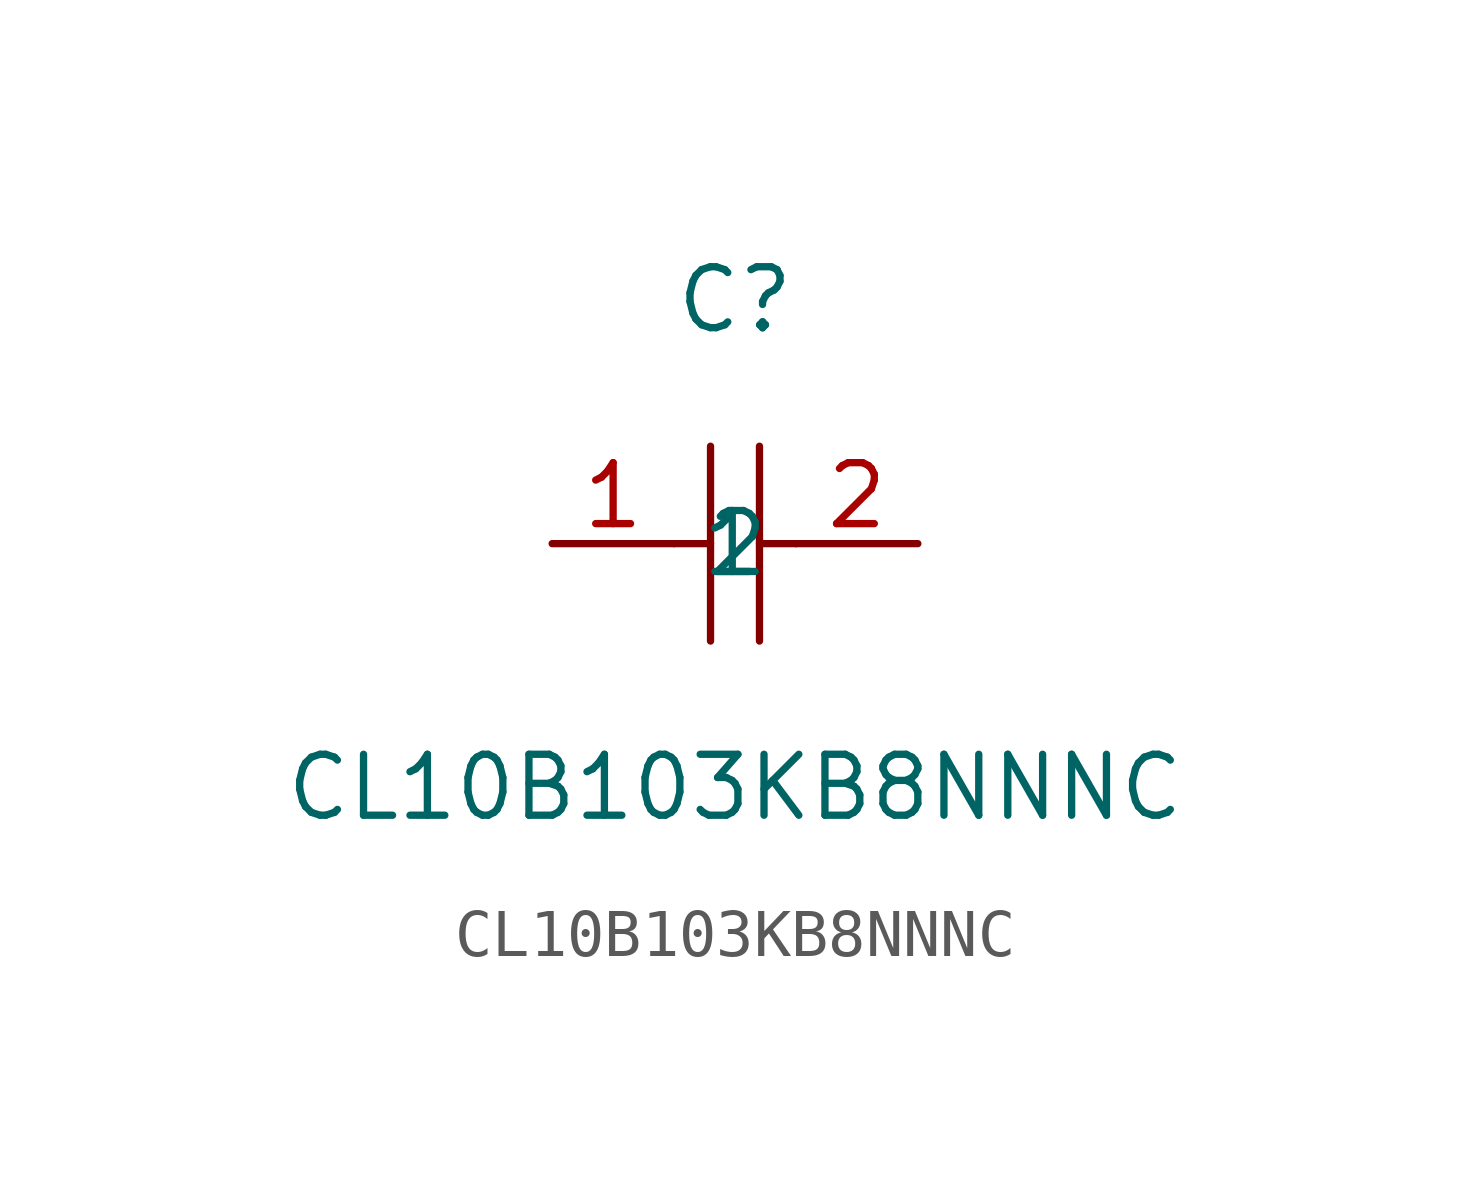
<source format=kicad_sym>
(kicad_symbol_lib
  (version 20211014)
  (generator https://github.com/uPesy/easyeda2kicad.py)
  (symbol "CL10B103KB8NNNC"
    (property "Reference" "C"
      (at 0 5.08 0)
      (effects (font (size 1.27 1.27))))
    (property "Value" "CL10B103KB8NNNC"
      (at 0 -5.08 0)
      (effects (font (size 1.27 1.27))))
    (symbol "CL10B103KB8NNNC_0_1"
      (polyline (pts (xy -0.51 2.03) (xy -0.51 -2.03)) (stroke (width 0) (type default) (color 0 0 0 0)) (fill (type none)))
      (polyline (pts (xy 0.51 2.03) (xy 0.51 -2.03)) (stroke (width 0) (type default) (color 0 0 0 0)) (fill (type none)))
      (polyline (pts (xy -1.27 -0.00) (xy -0.51 -0.00)) (stroke (width 0) (type default) (color 0 0 0 0)) (fill (type none)))
      (polyline (pts (xy 0.51 -0.00) (xy 1.27 -0.00)) (stroke (width 0) (type default) (color 0 0 0 0)) (fill (type none)))
      (pin input line (at -3.81 -0.00 0) (length 2.54) (name "1" (effects (font (size 1.27 1.27)))) (number "1" (effects (font (size 1.27 1.27)))))
      (pin input line (at 3.81 -0.00 180) (length 2.54) (name "2" (effects (font (size 1.27 1.27)))) (number "2" (effects (font (size 1.27 1.27))))))))
</source>
